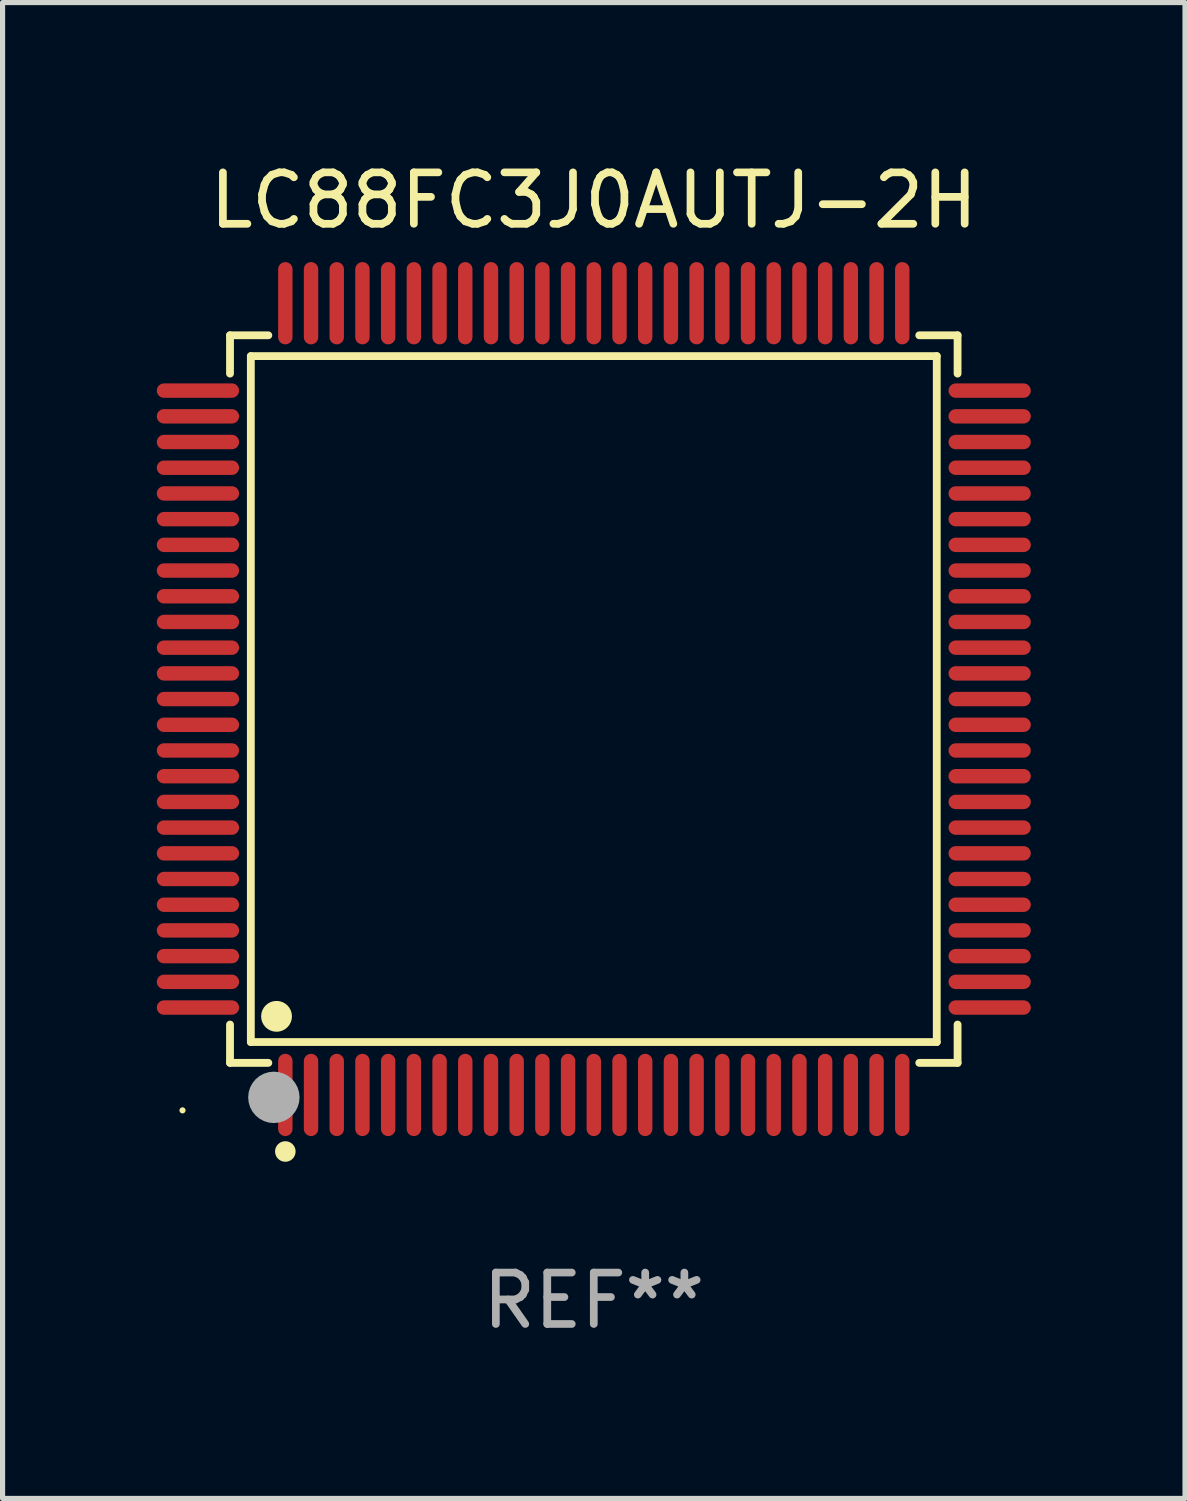
<source format=kicad_pcb>
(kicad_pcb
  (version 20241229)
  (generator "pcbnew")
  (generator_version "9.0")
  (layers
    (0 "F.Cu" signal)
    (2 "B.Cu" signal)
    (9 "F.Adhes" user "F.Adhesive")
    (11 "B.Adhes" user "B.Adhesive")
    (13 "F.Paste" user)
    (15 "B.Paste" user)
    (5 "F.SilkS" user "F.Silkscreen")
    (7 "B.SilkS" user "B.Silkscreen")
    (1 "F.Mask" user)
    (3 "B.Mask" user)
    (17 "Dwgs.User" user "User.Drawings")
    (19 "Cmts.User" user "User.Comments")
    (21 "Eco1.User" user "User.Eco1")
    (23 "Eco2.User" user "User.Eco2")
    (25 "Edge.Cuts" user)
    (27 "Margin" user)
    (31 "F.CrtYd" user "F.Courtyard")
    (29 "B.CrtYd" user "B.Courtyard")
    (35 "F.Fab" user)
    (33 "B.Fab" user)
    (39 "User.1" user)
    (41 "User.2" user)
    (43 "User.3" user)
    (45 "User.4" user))
  (footprint "LC88FC3J0AUTJ-2H"
    (layer "F.Cu")
    (at 8.5 10.548)
    (property "Reference" "LC88FC3J0AUTJ-2H" (at 0 -9.7 0) (layer "F.SilkS") (effects (font (size 1 1) (thickness 0.15))))
    (attr through_hole)
    (fp_line (start -7.076 -7.076) (end -6.331 -7.076) (stroke (width 0.152) (type solid)) (layer "F.SilkS"))
    (fp_line (start -7.076 -6.331) (end -7.076 -7.076) (stroke (width 0.152) (type solid)) (layer "F.SilkS"))
    (fp_line (start -7.076 6.331) (end -7.076 7.076) (stroke (width 0.152) (type solid)) (layer "F.SilkS"))
    (fp_line (start -7.076 7.076) (end -6.331 7.076) (stroke (width 0.152) (type solid)) (layer "F.SilkS"))
    (fp_line (start -6.671 -6.671) (end 6.671 -6.671) (stroke (width 0.152) (type solid)) (layer "F.SilkS"))
    (fp_line (start -6.671 6.671) (end -6.671 -6.671) (stroke (width 0.152) (type solid)) (layer "F.SilkS"))
    (fp_line (start 6.671 -6.671) (end 6.671 6.671) (stroke (width 0.152) (type solid)) (layer "F.SilkS"))
    (fp_line (start 6.671 6.671) (end -6.671 6.671) (stroke (width 0.152) (type solid)) (layer "F.SilkS"))
    (fp_line (start 7.076 -7.076) (end 6.331 -7.076) (stroke (width 0.152) (type solid)) (layer "F.SilkS"))
    (fp_line (start 7.076 -6.331) (end 7.076 -7.076) (stroke (width 0.152) (type solid)) (layer "F.SilkS"))
    (fp_line (start 7.076 6.331) (end 7.076 7.076) (stroke (width 0.152) (type solid)) (layer "F.SilkS"))
    (fp_line (start 7.076 7.076) (end 6.331 7.076) (stroke (width 0.152) (type solid)) (layer "F.SilkS"))
    (fp_circle (center -8 8) (end -7.97 8) (stroke (width 0.06) (type solid)) (fill no) (layer "F.SilkS"))
    (fp_circle (center -6.171 6.171) (end -6.021 6.171) (stroke (width 0.3) (type solid)) (fill no) (layer "F.SilkS"))
    (fp_circle (center -6 8.8) (end -5.9 8.8) (stroke (width 0.2) (type solid)) (fill no) (layer "F.SilkS"))
    (fp_circle (center -6.223 7.747) (end -5.973 7.747) (stroke (width 0.5) (type solid)) (fill no) (layer "F.Fab"))
    (fp_text user "REF**" (at 0 11.7 0) (layer "F.Fab") (effects (font (size 1 1) (thickness 0.15))))
    (pad "1" smd oval (at -6 7.7) (size 0.28 1.6) (layers "F.Cu" "F.Mask" "F.Paste"))
    (pad "2" smd oval (at -5.5 7.7) (size 0.28 1.6) (layers "F.Cu" "F.Mask" "F.Paste"))
    (pad "3" smd oval (at -5 7.7) (size 0.28 1.6) (layers "F.Cu" "F.Mask" "F.Paste"))
    (pad "4" smd oval (at -4.5 7.7) (size 0.28 1.6) (layers "F.Cu" "F.Mask" "F.Paste"))
    (pad "5" smd oval (at -4 7.7) (size 0.28 1.6) (layers "F.Cu" "F.Mask" "F.Paste"))
    (pad "6" smd oval (at -3.5 7.7) (size 0.28 1.6) (layers "F.Cu" "F.Mask" "F.Paste"))
    (pad "7" smd oval (at -3 7.7) (size 0.28 1.6) (layers "F.Cu" "F.Mask" "F.Paste"))
    (pad "8" smd oval (at -2.5 7.7) (size 0.28 1.6) (layers "F.Cu" "F.Mask" "F.Paste"))
    (pad "9" smd oval (at -2 7.7) (size 0.28 1.6) (layers "F.Cu" "F.Mask" "F.Paste"))
    (pad "10" smd oval (at -1.5 7.7) (size 0.28 1.6) (layers "F.Cu" "F.Mask" "F.Paste"))
    (pad "11" smd oval (at -1 7.7) (size 0.28 1.6) (layers "F.Cu" "F.Mask" "F.Paste"))
    (pad "12" smd oval (at -0.5 7.7) (size 0.28 1.6) (layers "F.Cu" "F.Mask" "F.Paste"))
    (pad "13" smd oval (at 0 7.7) (size 0.28 1.6) (layers "F.Cu" "F.Mask" "F.Paste"))
    (pad "14" smd oval (at 0.5 7.7) (size 0.28 1.6) (layers "F.Cu" "F.Mask" "F.Paste"))
    (pad "15" smd oval (at 1 7.7) (size 0.28 1.6) (layers "F.Cu" "F.Mask" "F.Paste"))
    (pad "16" smd oval (at 1.5 7.7) (size 0.28 1.6) (layers "F.Cu" "F.Mask" "F.Paste"))
    (pad "17" smd oval (at 2 7.7) (size 0.28 1.6) (layers "F.Cu" "F.Mask" "F.Paste"))
    (pad "18" smd oval (at 2.5 7.7) (size 0.28 1.6) (layers "F.Cu" "F.Mask" "F.Paste"))
    (pad "19" smd oval (at 3 7.7) (size 0.28 1.6) (layers "F.Cu" "F.Mask" "F.Paste"))
    (pad "20" smd oval (at 3.5 7.7) (size 0.28 1.6) (layers "F.Cu" "F.Mask" "F.Paste"))
    (pad "21" smd oval (at 4 7.7) (size 0.28 1.6) (layers "F.Cu" "F.Mask" "F.Paste"))
    (pad "22" smd oval (at 4.5 7.7) (size 0.28 1.6) (layers "F.Cu" "F.Mask" "F.Paste"))
    (pad "23" smd oval (at 5 7.7) (size 0.28 1.6) (layers "F.Cu" "F.Mask" "F.Paste"))
    (pad "24" smd oval (at 5.5 7.7) (size 0.28 1.6) (layers "F.Cu" "F.Mask" "F.Paste"))
    (pad "25" smd oval (at 6 7.7) (size 0.28 1.6) (layers "F.Cu" "F.Mask" "F.Paste"))
    (pad "26" smd oval (at 7.7 6) (size 1.6 0.28) (layers "F.Cu" "F.Mask" "F.Paste"))
    (pad "27" smd oval (at 7.7 5.5) (size 1.6 0.28) (layers "F.Cu" "F.Mask" "F.Paste"))
    (pad "28" smd oval (at 7.7 5) (size 1.6 0.28) (layers "F.Cu" "F.Mask" "F.Paste"))
    (pad "29" smd oval (at 7.7 4.5) (size 1.6 0.28) (layers "F.Cu" "F.Mask" "F.Paste"))
    (pad "30" smd oval (at 7.7 4) (size 1.6 0.28) (layers "F.Cu" "F.Mask" "F.Paste"))
    (pad "31" smd oval (at 7.7 3.5) (size 1.6 0.28) (layers "F.Cu" "F.Mask" "F.Paste"))
    (pad "32" smd oval (at 7.7 3) (size 1.6 0.28) (layers "F.Cu" "F.Mask" "F.Paste"))
    (pad "33" smd oval (at 7.7 2.5) (size 1.6 0.28) (layers "F.Cu" "F.Mask" "F.Paste"))
    (pad "34" smd oval (at 7.7 2) (size 1.6 0.28) (layers "F.Cu" "F.Mask" "F.Paste"))
    (pad "35" smd oval (at 7.7 1.5) (size 1.6 0.28) (layers "F.Cu" "F.Mask" "F.Paste"))
    (pad "36" smd oval (at 7.7 1) (size 1.6 0.28) (layers "F.Cu" "F.Mask" "F.Paste"))
    (pad "37" smd oval (at 7.7 0.5) (size 1.6 0.28) (layers "F.Cu" "F.Mask" "F.Paste"))
    (pad "38" smd oval (at 7.7 0) (size 1.6 0.28) (layers "F.Cu" "F.Mask" "F.Paste"))
    (pad "39" smd oval (at 7.7 -0.5) (size 1.6 0.28) (layers "F.Cu" "F.Mask" "F.Paste"))
    (pad "40" smd oval (at 7.7 -1) (size 1.6 0.28) (layers "F.Cu" "F.Mask" "F.Paste"))
    (pad "41" smd oval (at 7.7 -1.5) (size 1.6 0.28) (layers "F.Cu" "F.Mask" "F.Paste"))
    (pad "42" smd oval (at 7.7 -2) (size 1.6 0.28) (layers "F.Cu" "F.Mask" "F.Paste"))
    (pad "43" smd oval (at 7.7 -2.5) (size 1.6 0.28) (layers "F.Cu" "F.Mask" "F.Paste"))
    (pad "44" smd oval (at 7.7 -3) (size 1.6 0.28) (layers "F.Cu" "F.Mask" "F.Paste"))
    (pad "45" smd oval (at 7.7 -3.5) (size 1.6 0.28) (layers "F.Cu" "F.Mask" "F.Paste"))
    (pad "46" smd oval (at 7.7 -4) (size 1.6 0.28) (layers "F.Cu" "F.Mask" "F.Paste"))
    (pad "47" smd oval (at 7.7 -4.5) (size 1.6 0.28) (layers "F.Cu" "F.Mask" "F.Paste"))
    (pad "48" smd oval (at 7.7 -5) (size 1.6 0.28) (layers "F.Cu" "F.Mask" "F.Paste"))
    (pad "49" smd oval (at 7.7 -5.5) (size 1.6 0.28) (layers "F.Cu" "F.Mask" "F.Paste"))
    (pad "50" smd oval (at 7.7 -6) (size 1.6 0.28) (layers "F.Cu" "F.Mask" "F.Paste"))
    (pad "51" smd oval (at 6 -7.7) (size 0.28 1.6) (layers "F.Cu" "F.Mask" "F.Paste"))
    (pad "52" smd oval (at 5.5 -7.7) (size 0.28 1.6) (layers "F.Cu" "F.Mask" "F.Paste"))
    (pad "53" smd oval (at 5 -7.7) (size 0.28 1.6) (layers "F.Cu" "F.Mask" "F.Paste"))
    (pad "54" smd oval (at 4.5 -7.7) (size 0.28 1.6) (layers "F.Cu" "F.Mask" "F.Paste"))
    (pad "55" smd oval (at 4 -7.7) (size 0.28 1.6) (layers "F.Cu" "F.Mask" "F.Paste"))
    (pad "56" smd oval (at 3.5 -7.7) (size 0.28 1.6) (layers "F.Cu" "F.Mask" "F.Paste"))
    (pad "57" smd oval (at 3 -7.7) (size 0.28 1.6) (layers "F.Cu" "F.Mask" "F.Paste"))
    (pad "58" smd oval (at 2.5 -7.7) (size 0.28 1.6) (layers "F.Cu" "F.Mask" "F.Paste"))
    (pad "59" smd oval (at 2 -7.7) (size 0.28 1.6) (layers "F.Cu" "F.Mask" "F.Paste"))
    (pad "60" smd oval (at 1.5 -7.7) (size 0.28 1.6) (layers "F.Cu" "F.Mask" "F.Paste"))
    (pad "61" smd oval (at 1 -7.7) (size 0.28 1.6) (layers "F.Cu" "F.Mask" "F.Paste"))
    (pad "62" smd oval (at 0.5 -7.7) (size 0.28 1.6) (layers "F.Cu" "F.Mask" "F.Paste"))
    (pad "63" smd oval (at 0 -7.7) (size 0.28 1.6) (layers "F.Cu" "F.Mask" "F.Paste"))
    (pad "64" smd oval (at -0.5 -7.7) (size 0.28 1.6) (layers "F.Cu" "F.Mask" "F.Paste"))
    (pad "65" smd oval (at -1 -7.7) (size 0.28 1.6) (layers "F.Cu" "F.Mask" "F.Paste"))
    (pad "66" smd oval (at -1.5 -7.7) (size 0.28 1.6) (layers "F.Cu" "F.Mask" "F.Paste"))
    (pad "67" smd oval (at -2 -7.7) (size 0.28 1.6) (layers "F.Cu" "F.Mask" "F.Paste"))
    (pad "68" smd oval (at -2.5 -7.7) (size 0.28 1.6) (layers "F.Cu" "F.Mask" "F.Paste"))
    (pad "69" smd oval (at -3 -7.7) (size 0.28 1.6) (layers "F.Cu" "F.Mask" "F.Paste"))
    (pad "70" smd oval (at -3.5 -7.7) (size 0.28 1.6) (layers "F.Cu" "F.Mask" "F.Paste"))
    (pad "71" smd oval (at -4 -7.7) (size 0.28 1.6) (layers "F.Cu" "F.Mask" "F.Paste"))
    (pad "72" smd oval (at -4.5 -7.7) (size 0.28 1.6) (layers "F.Cu" "F.Mask" "F.Paste"))
    (pad "73" smd oval (at -5 -7.7) (size 0.28 1.6) (layers "F.Cu" "F.Mask" "F.Paste"))
    (pad "74" smd oval (at -5.5 -7.7) (size 0.28 1.6) (layers "F.Cu" "F.Mask" "F.Paste"))
    (pad "75" smd oval (at -6 -7.7) (size 0.28 1.6) (layers "F.Cu" "F.Mask" "F.Paste"))
    (pad "76" smd oval (at -7.7 -6) (size 1.6 0.28) (layers "F.Cu" "F.Mask" "F.Paste"))
    (pad "77" smd oval (at -7.7 -5.5) (size 1.6 0.28) (layers "F.Cu" "F.Mask" "F.Paste"))
    (pad "78" smd oval (at -7.7 -5) (size 1.6 0.28) (layers "F.Cu" "F.Mask" "F.Paste"))
    (pad "79" smd oval (at -7.7 -4.5) (size 1.6 0.28) (layers "F.Cu" "F.Mask" "F.Paste"))
    (pad "80" smd oval (at -7.7 -4) (size 1.6 0.28) (layers "F.Cu" "F.Mask" "F.Paste"))
    (pad "81" smd oval (at -7.7 -3.5) (size 1.6 0.28) (layers "F.Cu" "F.Mask" "F.Paste"))
    (pad "82" smd oval (at -7.7 -3) (size 1.6 0.28) (layers "F.Cu" "F.Mask" "F.Paste"))
    (pad "83" smd oval (at -7.7 -2.5) (size 1.6 0.28) (layers "F.Cu" "F.Mask" "F.Paste"))
    (pad "84" smd oval (at -7.7 -2) (size 1.6 0.28) (layers "F.Cu" "F.Mask" "F.Paste"))
    (pad "85" smd oval (at -7.7 -1.5) (size 1.6 0.28) (layers "F.Cu" "F.Mask" "F.Paste"))
    (pad "86" smd oval (at -7.7 -1) (size 1.6 0.28) (layers "F.Cu" "F.Mask" "F.Paste"))
    (pad "87" smd oval (at -7.7 -0.5) (size 1.6 0.28) (layers "F.Cu" "F.Mask" "F.Paste"))
    (pad "88" smd oval (at -7.7 0) (size 1.6 0.28) (layers "F.Cu" "F.Mask" "F.Paste"))
    (pad "89" smd oval (at -7.7 0.5) (size 1.6 0.28) (layers "F.Cu" "F.Mask" "F.Paste"))
    (pad "90" smd oval (at -7.7 1) (size 1.6 0.28) (layers "F.Cu" "F.Mask" "F.Paste"))
    (pad "91" smd oval (at -7.7 1.5) (size 1.6 0.28) (layers "F.Cu" "F.Mask" "F.Paste"))
    (pad "92" smd oval (at -7.7 2) (size 1.6 0.28) (layers "F.Cu" "F.Mask" "F.Paste"))
    (pad "93" smd oval (at -7.7 2.5) (size 1.6 0.28) (layers "F.Cu" "F.Mask" "F.Paste"))
    (pad "94" smd oval (at -7.7 3) (size 1.6 0.28) (layers "F.Cu" "F.Mask" "F.Paste"))
    (pad "95" smd oval (at -7.7 3.5) (size 1.6 0.28) (layers "F.Cu" "F.Mask" "F.Paste"))
    (pad "96" smd oval (at -7.7 4) (size 1.6 0.28) (layers "F.Cu" "F.Mask" "F.Paste"))
    (pad "97" smd oval (at -7.7 4.5) (size 1.6 0.28) (layers "F.Cu" "F.Mask" "F.Paste"))
    (pad "98" smd oval (at -7.7 5) (size 1.6 0.28) (layers "F.Cu" "F.Mask" "F.Paste"))
    (pad "99" smd oval (at -7.7 5.5) (size 1.6 0.28) (layers "F.Cu" "F.Mask" "F.Paste"))
    (pad "100" smd oval (at -7.7 6) (size 1.6 0.28) (layers "F.Cu" "F.Mask" "F.Paste")))
  (gr_rect
    (start -3 -3)
    (end 20 26.097)
    (stroke (width 0.1) (type default))
    (fill no)
    (layer "Edge.Cuts")))
</source>
